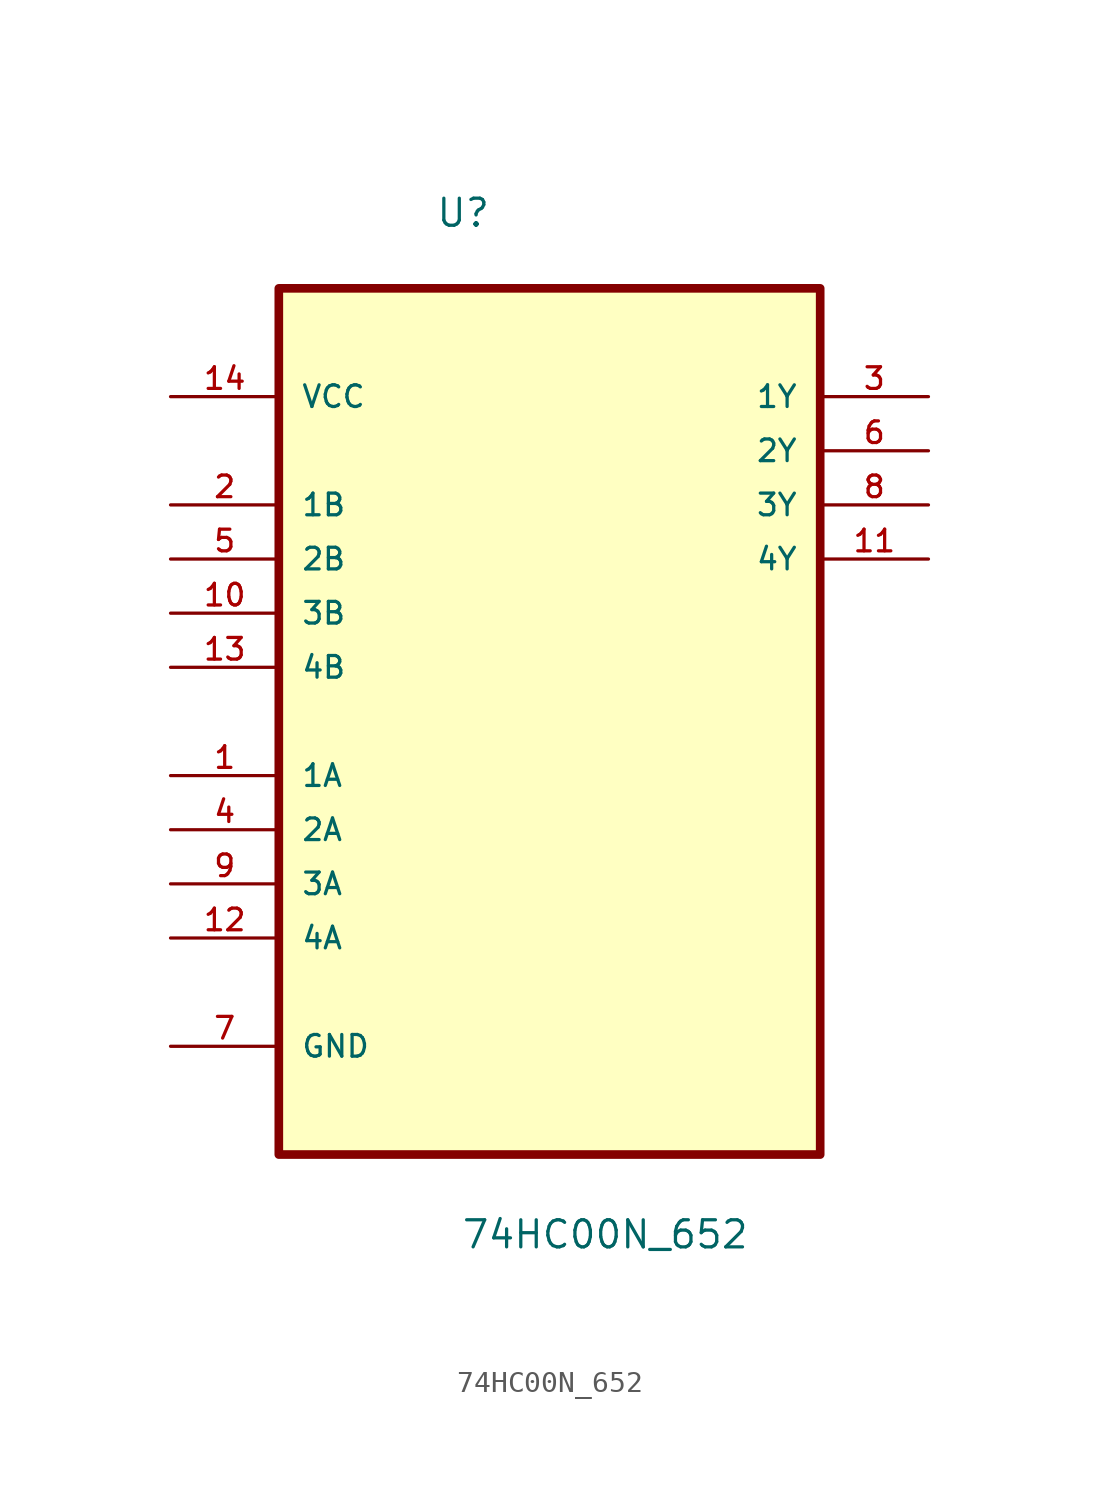
<source format=kicad_sym>
(kicad_symbol_lib
  (version 20211014)
  (generator kicad_symbol_editor)
  (symbol "74HC00N_652"
    (pin_names
      (offset 1.016))
    (property "Reference" "U"
      (at -5.36 20.577 0.0)
      (effects (font (size 1.27 1.27)) (justify bottom left)))
    (property "Value" "74HC00N_652"
      (at -4.169 -27.354 0.0)
      (effects (font (size 1.27 1.27)) (justify bottom left)))
    (symbol "74HC00N_652_0_0"
      (rectangle (start -12.7 -22.86) (end 12.7 17.78) (stroke (width 0.406)) (fill (type background)))
      (pin power_in line (at -17.78 12.7 0) (length 5.08) (name "VCC" (effects (font (size 1.016 1.016)))) (number "14" (effects (font (size 1.016 1.016)))))
      (pin input line (at -17.78 7.62 0) (length 5.08) (name "1B" (effects (font (size 1.016 1.016)))) (number "2" (effects (font (size 1.016 1.016)))))
      (pin input line (at -17.78 5.08 0) (length 5.08) (name "2B" (effects (font (size 1.016 1.016)))) (number "5" (effects (font (size 1.016 1.016)))))
      (pin input line (at -17.78 2.54 0) (length 5.08) (name "3B" (effects (font (size 1.016 1.016)))) (number "10" (effects (font (size 1.016 1.016)))))
      (pin input line (at -17.78 0.0 0) (length 5.08) (name "4B" (effects (font (size 1.016 1.016)))) (number "13" (effects (font (size 1.016 1.016)))))
      (pin input line (at -17.78 -5.08 0) (length 5.08) (name "1A" (effects (font (size 1.016 1.016)))) (number "1" (effects (font (size 1.016 1.016)))))
      (pin input line (at -17.78 -7.62 0) (length 5.08) (name "2A" (effects (font (size 1.016 1.016)))) (number "4" (effects (font (size 1.016 1.016)))))
      (pin input line (at -17.78 -10.16 0) (length 5.08) (name "3A" (effects (font (size 1.016 1.016)))) (number "9" (effects (font (size 1.016 1.016)))))
      (pin input line (at -17.78 -12.7 0) (length 5.08) (name "4A" (effects (font (size 1.016 1.016)))) (number "12" (effects (font (size 1.016 1.016)))))
      (pin passive line (at -17.78 -17.78 0) (length 5.08) (name "GND" (effects (font (size 1.016 1.016)))) (number "7" (effects (font (size 1.016 1.016)))))
      (pin output line (at 17.78 12.7 180.0) (length 5.08) (name "1Y" (effects (font (size 1.016 1.016)))) (number "3" (effects (font (size 1.016 1.016)))))
      (pin output line (at 17.78 10.16 180.0) (length 5.08) (name "2Y" (effects (font (size 1.016 1.016)))) (number "6" (effects (font (size 1.016 1.016)))))
      (pin output line (at 17.78 7.62 180.0) (length 5.08) (name "3Y" (effects (font (size 1.016 1.016)))) (number "8" (effects (font (size 1.016 1.016)))))
      (pin output line (at 17.78 5.08 180.0) (length 5.08) (name "4Y" (effects (font (size 1.016 1.016)))) (number "11" (effects (font (size 1.016 1.016))))))))
</source>
